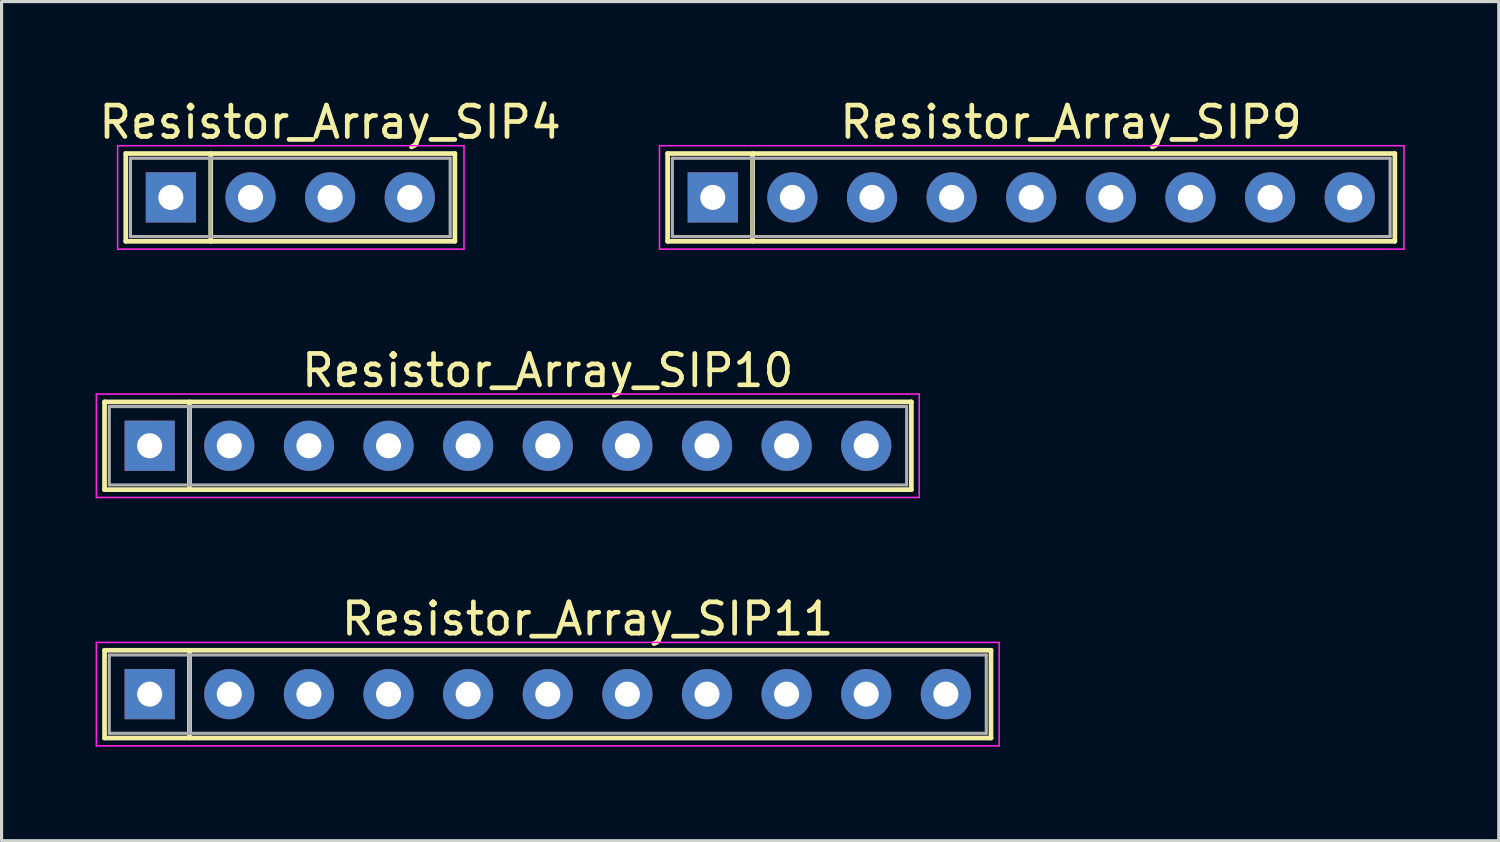
<source format=kicad_pcb>
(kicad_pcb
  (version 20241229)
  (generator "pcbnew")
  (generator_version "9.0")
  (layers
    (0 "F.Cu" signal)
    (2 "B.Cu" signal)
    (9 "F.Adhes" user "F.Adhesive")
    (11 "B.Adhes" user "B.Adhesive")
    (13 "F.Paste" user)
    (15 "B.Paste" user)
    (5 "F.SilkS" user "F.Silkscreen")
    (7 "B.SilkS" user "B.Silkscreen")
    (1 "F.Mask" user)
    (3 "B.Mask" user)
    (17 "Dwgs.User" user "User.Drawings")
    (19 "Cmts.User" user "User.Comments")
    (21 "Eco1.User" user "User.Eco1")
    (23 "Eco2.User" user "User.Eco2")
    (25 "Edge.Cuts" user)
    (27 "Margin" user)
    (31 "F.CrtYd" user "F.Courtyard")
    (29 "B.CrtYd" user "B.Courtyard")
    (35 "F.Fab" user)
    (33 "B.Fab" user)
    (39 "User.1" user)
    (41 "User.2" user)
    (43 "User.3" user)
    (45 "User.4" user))
  (footprint "Resistor_Array_SIP10"
    (layer "F.Cu")
    (at 1.725 11.171)
    (property "Reference" "Resistor_Array_SIP10" (at 12.7 -2.4 0) (layer "F.SilkS") (effects (font (size 1 1) (thickness 0.15))))
    (attr through_hole)
    (fp_line (start -1.44 -1.4) (end -1.44 1.4) (stroke (width 0.15) (type solid)) (layer "F.SilkS"))
    (fp_line (start -1.44 1.4) (end 24.3 1.4) (stroke (width 0.15) (type solid)) (layer "F.SilkS"))
    (fp_line (start 1.27 -1.4) (end 1.27 1.4) (stroke (width 0.15) (type solid)) (layer "F.SilkS"))
    (fp_line (start 24.3 -1.4) (end -1.44 -1.4) (stroke (width 0.15) (type solid)) (layer "F.SilkS"))
    (fp_line (start 24.3 1.4) (end 24.3 -1.4) (stroke (width 0.15) (type solid)) (layer "F.SilkS"))
    (fp_line (start -1.7 -1.65) (end -1.7 1.65) (stroke (width 0.05) (type solid)) (layer "F.CrtYd"))
    (fp_line (start -1.7 1.65) (end 24.55 1.65) (stroke (width 0.05) (type solid)) (layer "F.CrtYd"))
    (fp_line (start 24.55 -1.65) (end -1.7 -1.65) (stroke (width 0.05) (type solid)) (layer "F.CrtYd"))
    (fp_line (start 24.55 1.65) (end 24.55 -1.65) (stroke (width 0.05) (type solid)) (layer "F.CrtYd"))
    (fp_line (start -1.29 -1.25) (end -1.29 1.25) (stroke (width 0.1) (type solid)) (layer "F.Fab"))
    (fp_line (start -1.29 1.25) (end 24.15 1.25) (stroke (width 0.1) (type solid)) (layer "F.Fab"))
    (fp_line (start 1.27 -1.25) (end 1.27 1.25) (stroke (width 0.1) (type solid)) (layer "F.Fab"))
    (fp_line (start 24.15 -1.25) (end -1.29 -1.25) (stroke (width 0.1) (type solid)) (layer "F.Fab"))
    (fp_line (start 24.15 1.25) (end 24.15 -1.25) (stroke (width 0.1) (type solid)) (layer "F.Fab"))
    (pad "1" thru_hole rect (at 0 0) (size 1.6 1.6) (drill 0.8) (layers "*.Cu" "*.Mask"))
    (pad "2" thru_hole oval (at 2.54 0) (size 1.6 1.6) (drill 0.8) (layers "*.Cu" "*.Mask"))
    (pad "3" thru_hole oval (at 5.08 0) (size 1.6 1.6) (drill 0.8) (layers "*.Cu" "*.Mask"))
    (pad "4" thru_hole oval (at 7.62 0) (size 1.6 1.6) (drill 0.8) (layers "*.Cu" "*.Mask"))
    (pad "5" thru_hole oval (at 10.16 0) (size 1.6 1.6) (drill 0.8) (layers "*.Cu" "*.Mask"))
    (pad "6" thru_hole oval (at 12.7 0) (size 1.6 1.6) (drill 0.8) (layers "*.Cu" "*.Mask"))
    (pad "7" thru_hole oval (at 15.24 0) (size 1.6 1.6) (drill 0.8) (layers "*.Cu" "*.Mask"))
    (pad "8" thru_hole oval (at 17.78 0) (size 1.6 1.6) (drill 0.8) (layers "*.Cu" "*.Mask"))
    (pad "9" thru_hole oval (at 20.32 0) (size 1.6 1.6) (drill 0.8) (layers "*.Cu" "*.Mask"))
    (pad "10" thru_hole oval (at 22.86 0) (size 1.6 1.6) (drill 0.8) (layers "*.Cu" "*.Mask")))
  (footprint "Resistor_Array_SIP11"
    (layer "F.Cu")
    (at 1.725 19.095)
    (property "Reference" "Resistor_Array_SIP11" (at 13.97 -2.4 0) (layer "F.SilkS") (effects (font (size 1 1) (thickness 0.15))))
    (attr through_hole)
    (fp_line (start -1.44 -1.4) (end -1.44 1.4) (stroke (width 0.15) (type solid)) (layer "F.SilkS"))
    (fp_line (start -1.44 1.4) (end 26.84 1.4) (stroke (width 0.15) (type solid)) (layer "F.SilkS"))
    (fp_line (start 1.27 -1.4) (end 1.27 1.4) (stroke (width 0.15) (type solid)) (layer "F.SilkS"))
    (fp_line (start 26.84 -1.4) (end -1.44 -1.4) (stroke (width 0.15) (type solid)) (layer "F.SilkS"))
    (fp_line (start 26.84 1.4) (end 26.84 -1.4) (stroke (width 0.15) (type solid)) (layer "F.SilkS"))
    (fp_line (start -1.7 -1.65) (end -1.7 1.65) (stroke (width 0.05) (type solid)) (layer "F.CrtYd"))
    (fp_line (start -1.7 1.65) (end 27.1 1.65) (stroke (width 0.05) (type solid)) (layer "F.CrtYd"))
    (fp_line (start 27.1 -1.65) (end -1.7 -1.65) (stroke (width 0.05) (type solid)) (layer "F.CrtYd"))
    (fp_line (start 27.1 1.65) (end 27.1 -1.65) (stroke (width 0.05) (type solid)) (layer "F.CrtYd"))
    (fp_line (start -1.29 -1.25) (end -1.29 1.25) (stroke (width 0.1) (type solid)) (layer "F.Fab"))
    (fp_line (start -1.29 1.25) (end 26.69 1.25) (stroke (width 0.1) (type solid)) (layer "F.Fab"))
    (fp_line (start 1.27 -1.25) (end 1.27 1.25) (stroke (width 0.1) (type solid)) (layer "F.Fab"))
    (fp_line (start 26.69 -1.25) (end -1.29 -1.25) (stroke (width 0.1) (type solid)) (layer "F.Fab"))
    (fp_line (start 26.69 1.25) (end 26.69 -1.25) (stroke (width 0.1) (type solid)) (layer "F.Fab"))
    (pad "1" thru_hole rect (at 0 0) (size 1.6 1.6) (drill 0.8) (layers "*.Cu" "*.Mask"))
    (pad "2" thru_hole oval (at 2.54 0) (size 1.6 1.6) (drill 0.8) (layers "*.Cu" "*.Mask"))
    (pad "3" thru_hole oval (at 5.08 0) (size 1.6 1.6) (drill 0.8) (layers "*.Cu" "*.Mask"))
    (pad "4" thru_hole oval (at 7.62 0) (size 1.6 1.6) (drill 0.8) (layers "*.Cu" "*.Mask"))
    (pad "5" thru_hole oval (at 10.16 0) (size 1.6 1.6) (drill 0.8) (layers "*.Cu" "*.Mask"))
    (pad "6" thru_hole oval (at 12.7 0) (size 1.6 1.6) (drill 0.8) (layers "*.Cu" "*.Mask"))
    (pad "7" thru_hole oval (at 15.24 0) (size 1.6 1.6) (drill 0.8) (layers "*.Cu" "*.Mask"))
    (pad "8" thru_hole oval (at 17.78 0) (size 1.6 1.6) (drill 0.8) (layers "*.Cu" "*.Mask"))
    (pad "9" thru_hole oval (at 20.32 0) (size 1.6 1.6) (drill 0.8) (layers "*.Cu" "*.Mask"))
    (pad "10" thru_hole oval (at 22.86 0) (size 1.6 1.6) (drill 0.8) (layers "*.Cu" "*.Mask"))
    (pad "11" thru_hole oval (at 25.4 0) (size 1.6 1.6) (drill 0.8) (layers "*.Cu" "*.Mask")))
  (footprint "Resistor_Array_SIP4"
    (layer "F.Cu")
    (at 2.402 3.248)
    (property "Reference" "Resistor_Array_SIP4" (at 5.08 -2.4 0) (layer "F.SilkS") (effects (font (size 1 1) (thickness 0.15))))
    (attr through_hole)
    (fp_line (start -1.44 -1.4) (end -1.44 1.4) (stroke (width 0.15) (type solid)) (layer "F.SilkS"))
    (fp_line (start -1.44 1.4) (end 9.06 1.4) (stroke (width 0.15) (type solid)) (layer "F.SilkS"))
    (fp_line (start 1.27 -1.4) (end 1.27 1.4) (stroke (width 0.15) (type solid)) (layer "F.SilkS"))
    (fp_line (start 9.06 -1.4) (end -1.44 -1.4) (stroke (width 0.15) (type solid)) (layer "F.SilkS"))
    (fp_line (start 9.06 1.4) (end 9.06 -1.4) (stroke (width 0.15) (type solid)) (layer "F.SilkS"))
    (fp_line (start -1.7 -1.65) (end -1.7 1.65) (stroke (width 0.05) (type solid)) (layer "F.CrtYd"))
    (fp_line (start -1.7 1.65) (end 9.35 1.65) (stroke (width 0.05) (type solid)) (layer "F.CrtYd"))
    (fp_line (start 9.35 -1.65) (end -1.7 -1.65) (stroke (width 0.05) (type solid)) (layer "F.CrtYd"))
    (fp_line (start 9.35 1.65) (end 9.35 -1.65) (stroke (width 0.05) (type solid)) (layer "F.CrtYd"))
    (fp_line (start -1.29 -1.25) (end -1.29 1.25) (stroke (width 0.1) (type solid)) (layer "F.Fab"))
    (fp_line (start -1.29 1.25) (end 8.91 1.25) (stroke (width 0.1) (type solid)) (layer "F.Fab"))
    (fp_line (start 1.27 -1.25) (end 1.27 1.25) (stroke (width 0.1) (type solid)) (layer "F.Fab"))
    (fp_line (start 8.91 -1.25) (end -1.29 -1.25) (stroke (width 0.1) (type solid)) (layer "F.Fab"))
    (fp_line (start 8.91 1.25) (end 8.91 -1.25) (stroke (width 0.1) (type solid)) (layer "F.Fab"))
    (pad "1" thru_hole rect (at 0 0) (size 1.6 1.6) (drill 0.8) (layers "*.Cu" "*.Mask"))
    (pad "2" thru_hole oval (at 2.54 0) (size 1.6 1.6) (drill 0.8) (layers "*.Cu" "*.Mask"))
    (pad "3" thru_hole oval (at 5.08 0) (size 1.6 1.6) (drill 0.8) (layers "*.Cu" "*.Mask"))
    (pad "4" thru_hole oval (at 7.62 0) (size 1.6 1.6) (drill 0.8) (layers "*.Cu" "*.Mask")))
  (footprint "Resistor_Array_SIP9"
    (layer "F.Cu")
    (at 19.689 3.248)
    (property "Reference" "Resistor_Array_SIP9" (at 11.43 -2.4 0) (layer "F.SilkS") (effects (font (size 1 1) (thickness 0.15))))
    (attr through_hole)
    (fp_line (start -1.44 -1.4) (end -1.44 1.4) (stroke (width 0.15) (type solid)) (layer "F.SilkS"))
    (fp_line (start -1.44 1.4) (end 21.76 1.4) (stroke (width 0.15) (type solid)) (layer "F.SilkS"))
    (fp_line (start 1.27 -1.4) (end 1.27 1.4) (stroke (width 0.15) (type solid)) (layer "F.SilkS"))
    (fp_line (start 21.76 -1.4) (end -1.44 -1.4) (stroke (width 0.15) (type solid)) (layer "F.SilkS"))
    (fp_line (start 21.76 1.4) (end 21.76 -1.4) (stroke (width 0.15) (type solid)) (layer "F.SilkS"))
    (fp_line (start -1.7 -1.65) (end -1.7 1.65) (stroke (width 0.05) (type solid)) (layer "F.CrtYd"))
    (fp_line (start -1.7 1.65) (end 22.05 1.65) (stroke (width 0.05) (type solid)) (layer "F.CrtYd"))
    (fp_line (start 22.05 -1.65) (end -1.7 -1.65) (stroke (width 0.05) (type solid)) (layer "F.CrtYd"))
    (fp_line (start 22.05 1.65) (end 22.05 -1.65) (stroke (width 0.05) (type solid)) (layer "F.CrtYd"))
    (fp_line (start -1.29 -1.25) (end -1.29 1.25) (stroke (width 0.1) (type solid)) (layer "F.Fab"))
    (fp_line (start -1.29 1.25) (end 21.61 1.25) (stroke (width 0.1) (type solid)) (layer "F.Fab"))
    (fp_line (start 1.27 -1.25) (end 1.27 1.25) (stroke (width 0.1) (type solid)) (layer "F.Fab"))
    (fp_line (start 21.61 -1.25) (end -1.29 -1.25) (stroke (width 0.1) (type solid)) (layer "F.Fab"))
    (fp_line (start 21.61 1.25) (end 21.61 -1.25) (stroke (width 0.1) (type solid)) (layer "F.Fab"))
    (pad "1" thru_hole rect (at 0 0) (size 1.6 1.6) (drill 0.8) (layers "*.Cu" "*.Mask"))
    (pad "2" thru_hole oval (at 2.54 0) (size 1.6 1.6) (drill 0.8) (layers "*.Cu" "*.Mask"))
    (pad "3" thru_hole oval (at 5.08 0) (size 1.6 1.6) (drill 0.8) (layers "*.Cu" "*.Mask"))
    (pad "4" thru_hole oval (at 7.62 0) (size 1.6 1.6) (drill 0.8) (layers "*.Cu" "*.Mask"))
    (pad "5" thru_hole oval (at 10.16 0) (size 1.6 1.6) (drill 0.8) (layers "*.Cu" "*.Mask"))
    (pad "6" thru_hole oval (at 12.7 0) (size 1.6 1.6) (drill 0.8) (layers "*.Cu" "*.Mask"))
    (pad "7" thru_hole oval (at 15.24 0) (size 1.6 1.6) (drill 0.8) (layers "*.Cu" "*.Mask"))
    (pad "8" thru_hole oval (at 17.78 0) (size 1.6 1.6) (drill 0.8) (layers "*.Cu" "*.Mask"))
    (pad "9" thru_hole oval (at 20.32 0) (size 1.6 1.6) (drill 0.8) (layers "*.Cu" "*.Mask")))
  (gr_rect
    (start -3 -3)
    (end 44.764 23.77)
    (stroke (width 0.1) (type default))
    (fill no)
    (layer "Edge.Cuts")))
</source>
